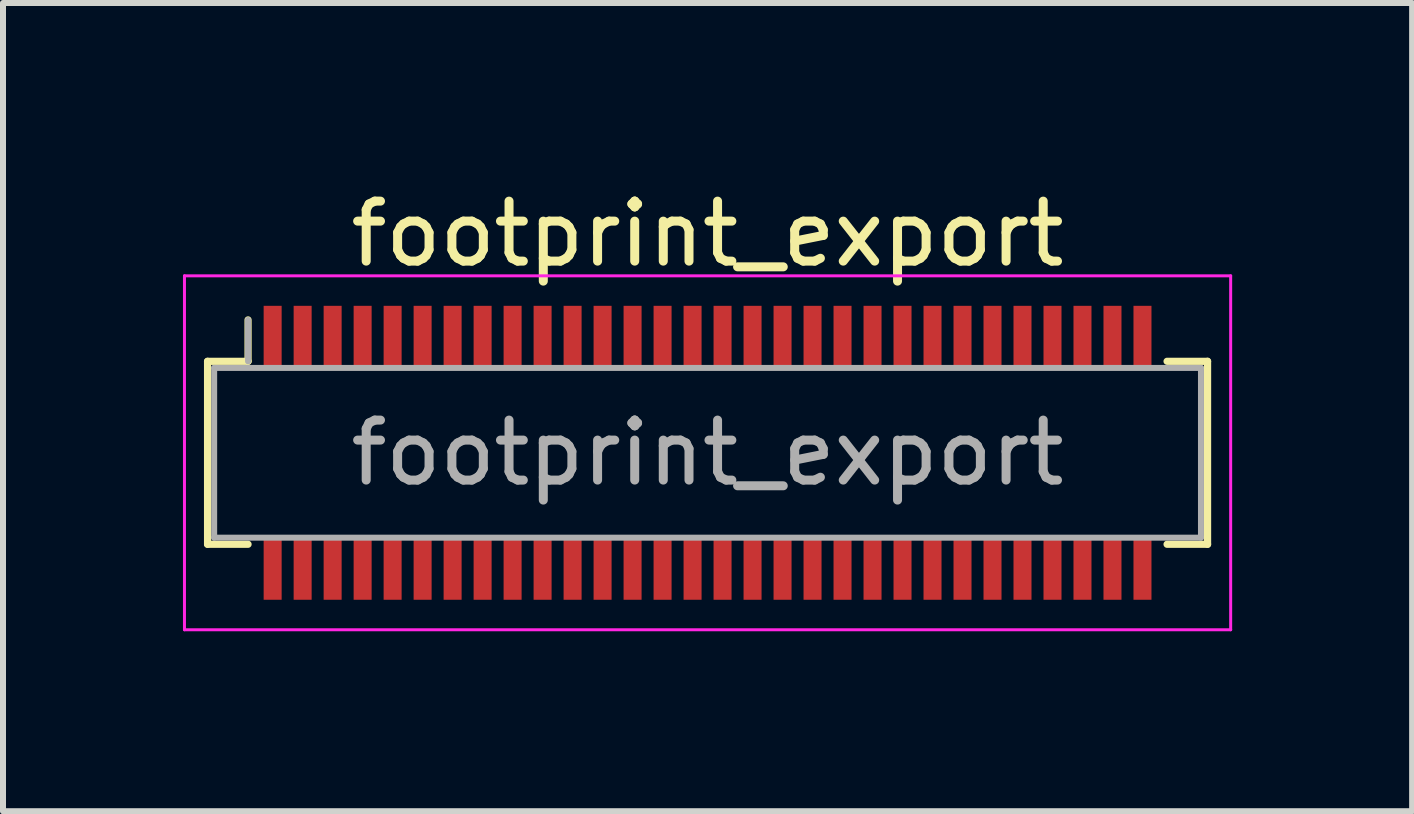
<source format=kicad_pcb>
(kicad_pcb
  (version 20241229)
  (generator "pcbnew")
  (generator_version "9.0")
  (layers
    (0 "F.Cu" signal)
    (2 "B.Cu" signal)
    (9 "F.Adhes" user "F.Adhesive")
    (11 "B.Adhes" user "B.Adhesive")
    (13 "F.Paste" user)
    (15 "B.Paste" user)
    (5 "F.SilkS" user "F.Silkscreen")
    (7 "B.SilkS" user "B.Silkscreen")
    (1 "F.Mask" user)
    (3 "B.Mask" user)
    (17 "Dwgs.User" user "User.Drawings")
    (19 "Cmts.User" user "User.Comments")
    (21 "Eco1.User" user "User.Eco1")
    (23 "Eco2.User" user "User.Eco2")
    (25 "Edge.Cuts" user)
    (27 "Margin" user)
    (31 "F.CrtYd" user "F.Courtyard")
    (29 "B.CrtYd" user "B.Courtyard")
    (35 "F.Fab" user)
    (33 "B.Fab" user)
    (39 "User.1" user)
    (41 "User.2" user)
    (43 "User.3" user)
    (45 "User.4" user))
  (footprint "footprint_export"
    (layer "F.Cu")
    (at 8.745 4.498)
    (property "Reference" "footprint_export" (at 0 -3.65 0) (layer "F.SilkS") (effects (font (size 1 1) (thickness 0.15))))
    (attr smd)
    (fp_line (start -8.335 -1.525) (end -7.66 -1.525) (stroke (width 0.12) (type solid)) (layer "F.SilkS"))
    (fp_line (start -8.335 1.525) (end -8.335 -1.525) (stroke (width 0.12) (type solid)) (layer "F.SilkS"))
    (fp_line (start -7.66 -1.525) (end -7.66 -2.215) (stroke (width 0.12) (type solid)) (layer "F.SilkS"))
    (fp_line (start -7.66 1.525) (end -8.335 1.525) (stroke (width 0.12) (type solid)) (layer "F.SilkS"))
    (fp_line (start 7.66 1.525) (end 8.335 1.525) (stroke (width 0.12) (type solid)) (layer "F.SilkS"))
    (fp_line (start 8.335 -1.525) (end 7.66 -1.525) (stroke (width 0.12) (type solid)) (layer "F.SilkS"))
    (fp_line (start 8.335 1.525) (end 8.335 -1.525) (stroke (width 0.12) (type solid)) (layer "F.SilkS"))
    (fp_line (start -8.72 -2.95) (end -8.72 2.95) (stroke (width 0.05) (type solid)) (layer "F.CrtYd"))
    (fp_line (start -8.72 2.95) (end 8.72 2.95) (stroke (width 0.05) (type solid)) (layer "F.CrtYd"))
    (fp_line (start 8.72 -2.95) (end -8.72 -2.95) (stroke (width 0.05) (type solid)) (layer "F.CrtYd"))
    (fp_line (start 8.72 2.95) (end 8.72 -2.95) (stroke (width 0.05) (type solid)) (layer "F.CrtYd"))
    (fp_line (start -8.225 -1.415) (end -8.225 1.415) (stroke (width 0.1) (type solid)) (layer "F.Fab"))
    (fp_line (start -8.225 1.415) (end 8.225 1.415) (stroke (width 0.1) (type solid)) (layer "F.Fab"))
    (fp_line (start -7.66 -1.525) (end -7.66 -2.215) (stroke (width 0.1) (type solid)) (layer "F.Fab"))
    (fp_line (start 8.225 -1.415) (end -8.225 -1.415) (stroke (width 0.1) (type solid)) (layer "F.Fab"))
    (fp_line (start 8.225 1.415) (end 8.225 -1.415) (stroke (width 0.1) (type solid)) (layer "F.Fab"))
    (fp_text user "${REFERENCE}" (at 0 0 0) (layer "F.Fab") (effects (font (size 1 1) (thickness 0.15))))
    (pad "1" smd rect (at -7.25 -1.95) (size 0.3 1) (layers "F.Cu" "F.Mask" "F.Paste"))
    (pad "2" smd rect (at -7.25 1.95) (size 0.3 1) (layers "F.Cu" "F.Mask" "F.Paste"))
    (pad "3" smd rect (at -6.75 -1.95) (size 0.3 1) (layers "F.Cu" "F.Mask" "F.Paste"))
    (pad "4" smd rect (at -6.75 1.95) (size 0.3 1) (layers "F.Cu" "F.Mask" "F.Paste"))
    (pad "5" smd rect (at -6.25 -1.95) (size 0.3 1) (layers "F.Cu" "F.Mask" "F.Paste"))
    (pad "6" smd rect (at -6.25 1.95) (size 0.3 1) (layers "F.Cu" "F.Mask" "F.Paste"))
    (pad "7" smd rect (at -5.75 -1.95) (size 0.3 1) (layers "F.Cu" "F.Mask" "F.Paste"))
    (pad "8" smd rect (at -5.75 1.95) (size 0.3 1) (layers "F.Cu" "F.Mask" "F.Paste"))
    (pad "9" smd rect (at -5.25 -1.95) (size 0.3 1) (layers "F.Cu" "F.Mask" "F.Paste"))
    (pad "10" smd rect (at -5.25 1.95) (size 0.3 1) (layers "F.Cu" "F.Mask" "F.Paste"))
    (pad "11" smd rect (at -4.75 -1.95) (size 0.3 1) (layers "F.Cu" "F.Mask" "F.Paste"))
    (pad "12" smd rect (at -4.75 1.95) (size 0.3 1) (layers "F.Cu" "F.Mask" "F.Paste"))
    (pad "13" smd rect (at -4.25 -1.95) (size 0.3 1) (layers "F.Cu" "F.Mask" "F.Paste"))
    (pad "14" smd rect (at -4.25 1.95) (size 0.3 1) (layers "F.Cu" "F.Mask" "F.Paste"))
    (pad "15" smd rect (at -3.75 -1.95) (size 0.3 1) (layers "F.Cu" "F.Mask" "F.Paste"))
    (pad "16" smd rect (at -3.75 1.95) (size 0.3 1) (layers "F.Cu" "F.Mask" "F.Paste"))
    (pad "17" smd rect (at -3.25 -1.95) (size 0.3 1) (layers "F.Cu" "F.Mask" "F.Paste"))
    (pad "18" smd rect (at -3.25 1.95) (size 0.3 1) (layers "F.Cu" "F.Mask" "F.Paste"))
    (pad "19" smd rect (at -2.75 -1.95) (size 0.3 1) (layers "F.Cu" "F.Mask" "F.Paste"))
    (pad "20" smd rect (at -2.75 1.95) (size 0.3 1) (layers "F.Cu" "F.Mask" "F.Paste"))
    (pad "21" smd rect (at -2.25 -1.95) (size 0.3 1) (layers "F.Cu" "F.Mask" "F.Paste"))
    (pad "22" smd rect (at -2.25 1.95) (size 0.3 1) (layers "F.Cu" "F.Mask" "F.Paste"))
    (pad "23" smd rect (at -1.75 -1.95) (size 0.3 1) (layers "F.Cu" "F.Mask" "F.Paste"))
    (pad "24" smd rect (at -1.75 1.95) (size 0.3 1) (layers "F.Cu" "F.Mask" "F.Paste"))
    (pad "25" smd rect (at -1.25 -1.95) (size 0.3 1) (layers "F.Cu" "F.Mask" "F.Paste"))
    (pad "26" smd rect (at -1.25 1.95) (size 0.3 1) (layers "F.Cu" "F.Mask" "F.Paste"))
    (pad "27" smd rect (at -0.75 -1.95) (size 0.3 1) (layers "F.Cu" "F.Mask" "F.Paste"))
    (pad "28" smd rect (at -0.75 1.95) (size 0.3 1) (layers "F.Cu" "F.Mask" "F.Paste"))
    (pad "29" smd rect (at -0.25 -1.95) (size 0.3 1) (layers "F.Cu" "F.Mask" "F.Paste"))
    (pad "30" smd rect (at -0.25 1.95) (size 0.3 1) (layers "F.Cu" "F.Mask" "F.Paste"))
    (pad "31" smd rect (at 0.25 -1.95) (size 0.3 1) (layers "F.Cu" "F.Mask" "F.Paste"))
    (pad "32" smd rect (at 0.25 1.95) (size 0.3 1) (layers "F.Cu" "F.Mask" "F.Paste"))
    (pad "33" smd rect (at 0.75 -1.95) (size 0.3 1) (layers "F.Cu" "F.Mask" "F.Paste"))
    (pad "34" smd rect (at 0.75 1.95) (size 0.3 1) (layers "F.Cu" "F.Mask" "F.Paste"))
    (pad "35" smd rect (at 1.25 -1.95) (size 0.3 1) (layers "F.Cu" "F.Mask" "F.Paste"))
    (pad "36" smd rect (at 1.25 1.95) (size 0.3 1) (layers "F.Cu" "F.Mask" "F.Paste"))
    (pad "37" smd rect (at 1.75 -1.95) (size 0.3 1) (layers "F.Cu" "F.Mask" "F.Paste"))
    (pad "38" smd rect (at 1.75 1.95) (size 0.3 1) (layers "F.Cu" "F.Mask" "F.Paste"))
    (pad "39" smd rect (at 2.25 -1.95) (size 0.3 1) (layers "F.Cu" "F.Mask" "F.Paste"))
    (pad "40" smd rect (at 2.25 1.95) (size 0.3 1) (layers "F.Cu" "F.Mask" "F.Paste"))
    (pad "41" smd rect (at 2.75 -1.95) (size 0.3 1) (layers "F.Cu" "F.Mask" "F.Paste"))
    (pad "42" smd rect (at 2.75 1.95) (size 0.3 1) (layers "F.Cu" "F.Mask" "F.Paste"))
    (pad "43" smd rect (at 3.25 -1.95) (size 0.3 1) (layers "F.Cu" "F.Mask" "F.Paste"))
    (pad "44" smd rect (at 3.25 1.95) (size 0.3 1) (layers "F.Cu" "F.Mask" "F.Paste"))
    (pad "45" smd rect (at 3.75 -1.95) (size 0.3 1) (layers "F.Cu" "F.Mask" "F.Paste"))
    (pad "46" smd rect (at 3.75 1.95) (size 0.3 1) (layers "F.Cu" "F.Mask" "F.Paste"))
    (pad "47" smd rect (at 4.25 -1.95) (size 0.3 1) (layers "F.Cu" "F.Mask" "F.Paste"))
    (pad "48" smd rect (at 4.25 1.95) (size 0.3 1) (layers "F.Cu" "F.Mask" "F.Paste"))
    (pad "49" smd rect (at 4.75 -1.95) (size 0.3 1) (layers "F.Cu" "F.Mask" "F.Paste"))
    (pad "50" smd rect (at 4.75 1.95) (size 0.3 1) (layers "F.Cu" "F.Mask" "F.Paste"))
    (pad "51" smd rect (at 5.25 -1.95) (size 0.3 1) (layers "F.Cu" "F.Mask" "F.Paste"))
    (pad "52" smd rect (at 5.25 1.95) (size 0.3 1) (layers "F.Cu" "F.Mask" "F.Paste"))
    (pad "53" smd rect (at 5.75 -1.95) (size 0.3 1) (layers "F.Cu" "F.Mask" "F.Paste"))
    (pad "54" smd rect (at 5.75 1.95) (size 0.3 1) (layers "F.Cu" "F.Mask" "F.Paste"))
    (pad "55" smd rect (at 6.25 -1.95) (size 0.3 1) (layers "F.Cu" "F.Mask" "F.Paste"))
    (pad "56" smd rect (at 6.25 1.95) (size 0.3 1) (layers "F.Cu" "F.Mask" "F.Paste"))
    (pad "57" smd rect (at 6.75 -1.95) (size 0.3 1) (layers "F.Cu" "F.Mask" "F.Paste"))
    (pad "58" smd rect (at 6.75 1.95) (size 0.3 1) (layers "F.Cu" "F.Mask" "F.Paste"))
    (pad "59" smd rect (at 7.25 -1.95) (size 0.3 1) (layers "F.Cu" "F.Mask" "F.Paste"))
    (pad "60" smd rect (at 7.25 1.95) (size 0.3 1) (layers "F.Cu" "F.Mask" "F.Paste")))
  (gr_rect
    (start -3 -3)
    (end 20.49 10.473)
    (stroke (width 0.1) (type default))
    (fill no)
    (layer "Edge.Cuts")))
</source>
